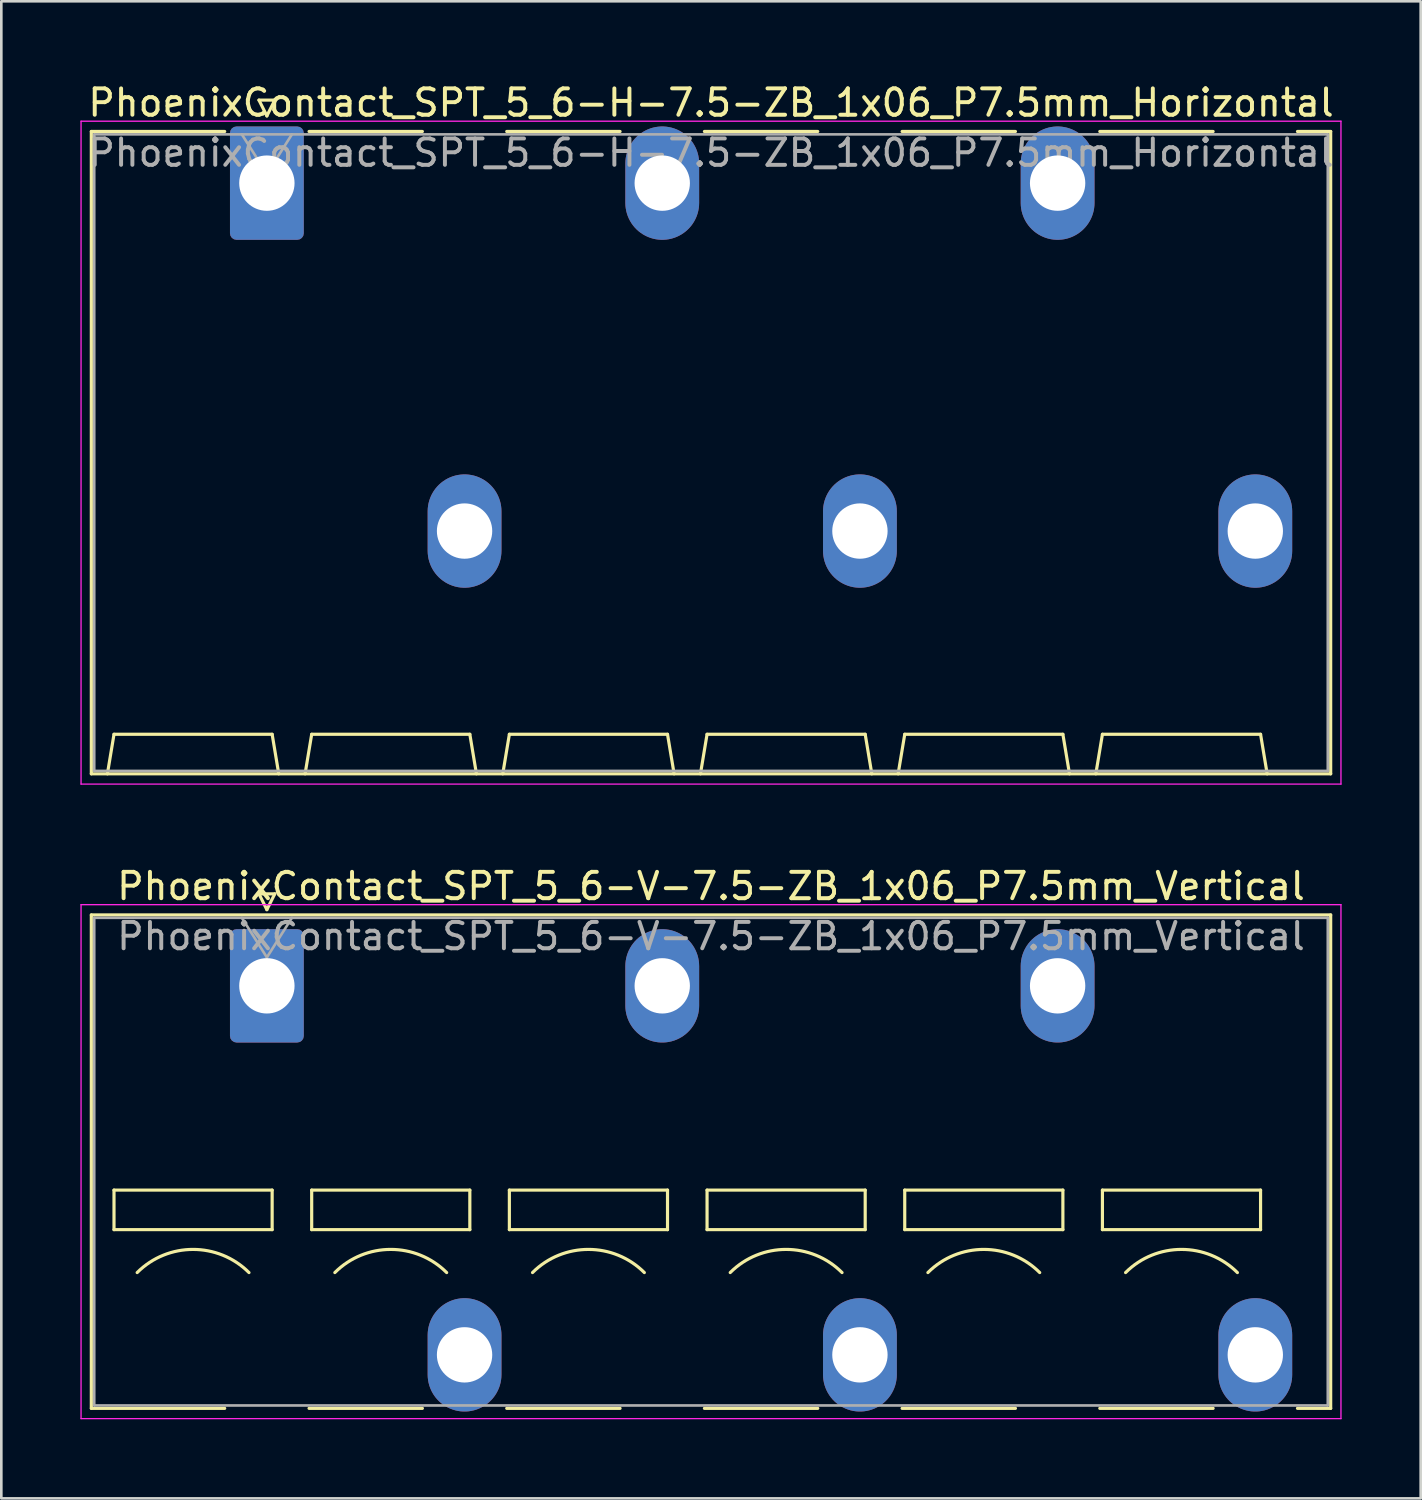
<source format=kicad_pcb>
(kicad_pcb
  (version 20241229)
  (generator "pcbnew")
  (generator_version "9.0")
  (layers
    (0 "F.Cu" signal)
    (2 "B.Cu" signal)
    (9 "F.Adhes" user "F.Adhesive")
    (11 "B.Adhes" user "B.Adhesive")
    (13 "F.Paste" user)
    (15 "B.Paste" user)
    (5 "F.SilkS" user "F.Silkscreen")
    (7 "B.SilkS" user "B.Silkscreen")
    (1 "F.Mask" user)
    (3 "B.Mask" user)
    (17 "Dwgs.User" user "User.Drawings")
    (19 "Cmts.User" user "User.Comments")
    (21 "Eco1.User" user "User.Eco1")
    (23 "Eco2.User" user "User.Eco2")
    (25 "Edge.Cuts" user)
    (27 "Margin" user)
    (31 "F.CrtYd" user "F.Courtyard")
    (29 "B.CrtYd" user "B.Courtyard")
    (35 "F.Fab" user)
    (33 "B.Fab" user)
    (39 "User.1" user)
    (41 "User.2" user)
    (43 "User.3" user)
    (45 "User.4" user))
  (footprint "PhoenixContact_SPT_5_6-V-7.5-ZB_1x06_P7.5mm_Vertical"
    (layer "F.Cu")
    (at 7.075 34.352)
    (property "Reference" "PhoenixContact_SPT_5_6-V-7.5-ZB_1x06_P7.5mm_Vertical" (at 16.85 -3.78 0) (layer "F.SilkS") (effects (font (size 1 1) (thickness 0.15))))
    (attr through_hole)
    (fp_line (start -6.66 -2.69) (end 40.36 -2.69) (stroke (width 0.12) (type solid)) (layer "F.SilkS"))
    (fp_line (start -6.66 16.03) (end -6.66 -2.69) (stroke (width 0.12) (type solid)) (layer "F.SilkS"))
    (fp_line (start -6.66 16.03) (end -1.6 16.03) (stroke (width 0.12) (type solid)) (layer "F.SilkS"))
    (fp_line (start -5.8 7.75) (end -5.8 9.25) (stroke (width 0.12) (type solid)) (layer "F.SilkS"))
    (fp_line (start -5.8 9.25) (end 0.2 9.25) (stroke (width 0.12) (type solid)) (layer "F.SilkS"))
    (fp_line (start -0.3 -3.49) (end 0 -2.89) (stroke (width 0.12) (type solid)) (layer "F.SilkS"))
    (fp_line (start -0.3 -3.49) (end 0.3 -3.49) (stroke (width 0.12) (type solid)) (layer "F.SilkS"))
    (fp_line (start 0.2 7.75) (end -5.8 7.75) (stroke (width 0.12) (type solid)) (layer "F.SilkS"))
    (fp_line (start 0.2 9.25) (end 0.2 7.75) (stroke (width 0.12) (type solid)) (layer "F.SilkS"))
    (fp_line (start 0.3 -3.49) (end 0 -2.89) (stroke (width 0.12) (type solid)) (layer "F.SilkS"))
    (fp_line (start 1.6 16.03) (end 5.9 16.03) (stroke (width 0.12) (type solid)) (layer "F.SilkS"))
    (fp_line (start 1.7 7.75) (end 1.7 9.25) (stroke (width 0.12) (type solid)) (layer "F.SilkS"))
    (fp_line (start 1.7 9.25) (end 7.7 9.25) (stroke (width 0.12) (type solid)) (layer "F.SilkS"))
    (fp_line (start 7.7 7.75) (end 1.7 7.75) (stroke (width 0.12) (type solid)) (layer "F.SilkS"))
    (fp_line (start 7.7 9.25) (end 7.7 7.75) (stroke (width 0.12) (type solid)) (layer "F.SilkS"))
    (fp_line (start 9.1 16.03) (end 13.4 16.03) (stroke (width 0.12) (type solid)) (layer "F.SilkS"))
    (fp_line (start 9.2 7.75) (end 9.2 9.25) (stroke (width 0.12) (type solid)) (layer "F.SilkS"))
    (fp_line (start 9.2 9.25) (end 15.2 9.25) (stroke (width 0.12) (type solid)) (layer "F.SilkS"))
    (fp_line (start 15.2 7.75) (end 9.2 7.75) (stroke (width 0.12) (type solid)) (layer "F.SilkS"))
    (fp_line (start 15.2 9.25) (end 15.2 7.75) (stroke (width 0.12) (type solid)) (layer "F.SilkS"))
    (fp_line (start 16.6 16.03) (end 20.9 16.03) (stroke (width 0.12) (type solid)) (layer "F.SilkS"))
    (fp_line (start 16.7 7.75) (end 16.7 9.25) (stroke (width 0.12) (type solid)) (layer "F.SilkS"))
    (fp_line (start 16.7 9.25) (end 22.7 9.25) (stroke (width 0.12) (type solid)) (layer "F.SilkS"))
    (fp_line (start 22.7 7.75) (end 16.7 7.75) (stroke (width 0.12) (type solid)) (layer "F.SilkS"))
    (fp_line (start 22.7 9.25) (end 22.7 7.75) (stroke (width 0.12) (type solid)) (layer "F.SilkS"))
    (fp_line (start 24.1 16.03) (end 28.4 16.03) (stroke (width 0.12) (type solid)) (layer "F.SilkS"))
    (fp_line (start 24.2 7.75) (end 24.2 9.25) (stroke (width 0.12) (type solid)) (layer "F.SilkS"))
    (fp_line (start 24.2 9.25) (end 30.2 9.25) (stroke (width 0.12) (type solid)) (layer "F.SilkS"))
    (fp_line (start 30.2 7.75) (end 24.2 7.75) (stroke (width 0.12) (type solid)) (layer "F.SilkS"))
    (fp_line (start 30.2 9.25) (end 30.2 7.75) (stroke (width 0.12) (type solid)) (layer "F.SilkS"))
    (fp_line (start 31.6 16.03) (end 35.9 16.03) (stroke (width 0.12) (type solid)) (layer "F.SilkS"))
    (fp_line (start 31.7 7.75) (end 31.7 9.25) (stroke (width 0.12) (type solid)) (layer "F.SilkS"))
    (fp_line (start 31.7 9.25) (end 37.7 9.25) (stroke (width 0.12) (type solid)) (layer "F.SilkS"))
    (fp_line (start 37.7 7.75) (end 31.7 7.75) (stroke (width 0.12) (type solid)) (layer "F.SilkS"))
    (fp_line (start 37.7 9.25) (end 37.7 7.75) (stroke (width 0.12) (type solid)) (layer "F.SilkS"))
    (fp_line (start 39.1 16.03) (end 40.36 16.03) (stroke (width 0.12) (type solid)) (layer "F.SilkS"))
    (fp_line (start 40.36 -2.69) (end 40.36 16.03) (stroke (width 0.12) (type solid)) (layer "F.SilkS"))
    (fp_arc (start -4.92132 10.87868) (mid -2.8 10) (end -0.67868 10.87868) (stroke (width 0.12) (type solid)) (layer "F.SilkS"))
    (fp_arc (start 2.57868 10.87868) (mid 4.7 10) (end 6.82132 10.87868) (stroke (width 0.12) (type solid)) (layer "F.SilkS"))
    (fp_arc (start 10.07868 10.87868) (mid 12.2 10) (end 14.32132 10.87868) (stroke (width 0.12) (type solid)) (layer "F.SilkS"))
    (fp_arc (start 17.57868 10.87868) (mid 19.7 10) (end 21.82132 10.87868) (stroke (width 0.12) (type solid)) (layer "F.SilkS"))
    (fp_arc (start 25.07868 10.87868) (mid 27.2 10) (end 29.32132 10.87868) (stroke (width 0.12) (type solid)) (layer "F.SilkS"))
    (fp_arc (start 32.57868 10.87868) (mid 34.7 10) (end 36.82132 10.87868) (stroke (width 0.12) (type solid)) (layer "F.SilkS"))
    (fp_line (start -7.05 -3.08) (end -7.05 16.42) (stroke (width 0.05) (type solid)) (layer "F.CrtYd"))
    (fp_line (start -7.05 16.42) (end 40.75 16.42) (stroke (width 0.05) (type solid)) (layer "F.CrtYd"))
    (fp_line (start 40.75 -3.08) (end -7.05 -3.08) (stroke (width 0.05) (type solid)) (layer "F.CrtYd"))
    (fp_line (start 40.75 16.42) (end 40.75 -3.08) (stroke (width 0.05) (type solid)) (layer "F.CrtYd"))
    (fp_line (start -6.55 -2.58) (end -6.55 15.92) (stroke (width 0.1) (type solid)) (layer "F.Fab"))
    (fp_line (start -6.55 15.92) (end 40.25 15.92) (stroke (width 0.1) (type solid)) (layer "F.Fab"))
    (fp_line (start -0.95 -2.58) (end 0 -1.08) (stroke (width 0.1) (type solid)) (layer "F.Fab"))
    (fp_line (start 0.95 -2.58) (end 0 -1.08) (stroke (width 0.1) (type solid)) (layer "F.Fab"))
    (fp_line (start 40.25 -2.58) (end -6.55 -2.58) (stroke (width 0.1) (type solid)) (layer "F.Fab"))
    (fp_line (start 40.25 15.92) (end 40.25 -2.58) (stroke (width 0.1) (type solid)) (layer "F.Fab"))
    (fp_text user "${REFERENCE}" (at 16.85 -1.88 0) (layer "F.Fab") (effects (font (size 1 1) (thickness 0.15))))
    (pad "1" thru_hole roundrect (at 0 0) (size 2.8 4.3) (drill 2.1) (layers "*.Cu" "*.Mask") (roundrect_rratio 0.089))
    (pad "2" thru_hole oval (at 7.5 14) (size 2.8 4.3) (drill 2.1) (layers "*.Cu" "*.Mask"))
    (pad "3" thru_hole oval (at 15 0) (size 2.8 4.3) (drill 2.1) (layers "*.Cu" "*.Mask"))
    (pad "4" thru_hole oval (at 22.5 14) (size 2.8 4.3) (drill 2.1) (layers "*.Cu" "*.Mask"))
    (pad "5" thru_hole oval (at 30 0) (size 2.8 4.3) (drill 2.1) (layers "*.Cu" "*.Mask"))
    (pad "6" thru_hole oval (at 37.5 14) (size 2.8 4.3) (drill 2.1) (layers "*.Cu" "*.Mask")))
  (footprint "PhoenixContact_SPT_5_6-H-7.5-ZB_1x06_P7.5mm_Horizontal"
    (layer "F.Cu")
    (at 7.075 3.898)
    (property "Reference" "PhoenixContact_SPT_5_6-H-7.5-ZB_1x06_P7.5mm_Horizontal" (at 16.85 -3.05 0) (layer "F.SilkS") (effects (font (size 1 1) (thickness 0.15))))
    (attr through_hole)
    (fp_line (start -6.66 -1.96) (end -1.6 -1.96) (stroke (width 0.12) (type solid)) (layer "F.SilkS"))
    (fp_line (start -6.66 22.41) (end -6.66 -1.96) (stroke (width 0.12) (type solid)) (layer "F.SilkS"))
    (fp_line (start -6.05 22.41) (end -5.8 20.91) (stroke (width 0.12) (type solid)) (layer "F.SilkS"))
    (fp_line (start -5.8 20.91) (end 0.2 20.91) (stroke (width 0.12) (type solid)) (layer "F.SilkS"))
    (fp_line (start -0.3 -3.15) (end 0 -2.55) (stroke (width 0.12) (type solid)) (layer "F.SilkS"))
    (fp_line (start -0.3 -3.15) (end 0.3 -3.15) (stroke (width 0.12) (type solid)) (layer "F.SilkS"))
    (fp_line (start 0.3 -3.15) (end 0 -2.55) (stroke (width 0.12) (type solid)) (layer "F.SilkS"))
    (fp_line (start 0.45 22.41) (end 0.2 20.91) (stroke (width 0.12) (type solid)) (layer "F.SilkS"))
    (fp_line (start 1.45 22.41) (end 1.7 20.91) (stroke (width 0.12) (type solid)) (layer "F.SilkS"))
    (fp_line (start 1.6 -1.96) (end 5.9 -1.96) (stroke (width 0.12) (type solid)) (layer "F.SilkS"))
    (fp_line (start 1.7 20.91) (end 7.7 20.91) (stroke (width 0.12) (type solid)) (layer "F.SilkS"))
    (fp_line (start 7.95 22.41) (end 7.7 20.91) (stroke (width 0.12) (type solid)) (layer "F.SilkS"))
    (fp_line (start 8.95 22.41) (end 9.2 20.91) (stroke (width 0.12) (type solid)) (layer "F.SilkS"))
    (fp_line (start 9.1 -1.96) (end 13.4 -1.96) (stroke (width 0.12) (type solid)) (layer "F.SilkS"))
    (fp_line (start 9.2 20.91) (end 15.2 20.91) (stroke (width 0.12) (type solid)) (layer "F.SilkS"))
    (fp_line (start 15.45 22.41) (end 15.2 20.91) (stroke (width 0.12) (type solid)) (layer "F.SilkS"))
    (fp_line (start 16.45 22.41) (end 16.7 20.91) (stroke (width 0.12) (type solid)) (layer "F.SilkS"))
    (fp_line (start 16.6 -1.96) (end 20.9 -1.96) (stroke (width 0.12) (type solid)) (layer "F.SilkS"))
    (fp_line (start 16.7 20.91) (end 22.7 20.91) (stroke (width 0.12) (type solid)) (layer "F.SilkS"))
    (fp_line (start 22.95 22.41) (end 22.7 20.91) (stroke (width 0.12) (type solid)) (layer "F.SilkS"))
    (fp_line (start 23.95 22.41) (end 24.2 20.91) (stroke (width 0.12) (type solid)) (layer "F.SilkS"))
    (fp_line (start 24.1 -1.96) (end 28.4 -1.96) (stroke (width 0.12) (type solid)) (layer "F.SilkS"))
    (fp_line (start 24.2 20.91) (end 30.2 20.91) (stroke (width 0.12) (type solid)) (layer "F.SilkS"))
    (fp_line (start 30.45 22.41) (end 30.2 20.91) (stroke (width 0.12) (type solid)) (layer "F.SilkS"))
    (fp_line (start 31.45 22.41) (end 31.7 20.91) (stroke (width 0.12) (type solid)) (layer "F.SilkS"))
    (fp_line (start 31.6 -1.96) (end 35.9 -1.96) (stroke (width 0.12) (type solid)) (layer "F.SilkS"))
    (fp_line (start 31.7 20.91) (end 37.7 20.91) (stroke (width 0.12) (type solid)) (layer "F.SilkS"))
    (fp_line (start 37.95 22.41) (end 37.7 20.91) (stroke (width 0.12) (type solid)) (layer "F.SilkS"))
    (fp_line (start 39.1 -1.96) (end 40.36 -1.96) (stroke (width 0.12) (type solid)) (layer "F.SilkS"))
    (fp_line (start 40.36 -1.96) (end 40.36 22.41) (stroke (width 0.12) (type solid)) (layer "F.SilkS"))
    (fp_line (start 40.36 22.41) (end -6.66 22.41) (stroke (width 0.12) (type solid)) (layer "F.SilkS"))
    (fp_line (start -7.05 -2.35) (end -7.05 22.8) (stroke (width 0.05) (type solid)) (layer "F.CrtYd"))
    (fp_line (start -7.05 22.8) (end 40.75 22.8) (stroke (width 0.05) (type solid)) (layer "F.CrtYd"))
    (fp_line (start 40.75 -2.35) (end -7.05 -2.35) (stroke (width 0.05) (type solid)) (layer "F.CrtYd"))
    (fp_line (start 40.75 22.8) (end 40.75 -2.35) (stroke (width 0.05) (type solid)) (layer "F.CrtYd"))
    (fp_line (start -6.55 -1.85) (end -6.55 22.3) (stroke (width 0.1) (type solid)) (layer "F.Fab"))
    (fp_line (start -6.55 22.3) (end 40.25 22.3) (stroke (width 0.1) (type solid)) (layer "F.Fab"))
    (fp_line (start -0.95 -1.85) (end 0 -0.35) (stroke (width 0.1) (type solid)) (layer "F.Fab"))
    (fp_line (start 0.95 -1.85) (end 0 -0.35) (stroke (width 0.1) (type solid)) (layer "F.Fab"))
    (fp_line (start 40.25 -1.85) (end -6.55 -1.85) (stroke (width 0.1) (type solid)) (layer "F.Fab"))
    (fp_line (start 40.25 22.3) (end 40.25 -1.85) (stroke (width 0.1) (type solid)) (layer "F.Fab"))
    (fp_text user "${REFERENCE}" (at 16.85 -1.15 0) (layer "F.Fab") (effects (font (size 1 1) (thickness 0.15))))
    (pad "1" thru_hole roundrect (at 0 0) (size 2.8 4.3) (drill 2.1) (layers "*.Cu" "*.Mask") (roundrect_rratio 0.089))
    (pad "2" thru_hole oval (at 7.5 13.2) (size 2.8 4.3) (drill 2.1) (layers "*.Cu" "*.Mask"))
    (pad "3" thru_hole oval (at 15 0) (size 2.8 4.3) (drill 2.1) (layers "*.Cu" "*.Mask"))
    (pad "4" thru_hole oval (at 22.5 13.2) (size 2.8 4.3) (drill 2.1) (layers "*.Cu" "*.Mask"))
    (pad "5" thru_hole oval (at 30 0) (size 2.8 4.3) (drill 2.1) (layers "*.Cu" "*.Mask"))
    (pad "6" thru_hole oval (at 37.5 13.2) (size 2.8 4.3) (drill 2.1) (layers "*.Cu" "*.Mask")))
  (gr_rect
    (start -3 -3)
    (end 50.85 53.797)
    (stroke (width 0.1) (type default))
    (fill no)
    (layer "Edge.Cuts")))
</source>
